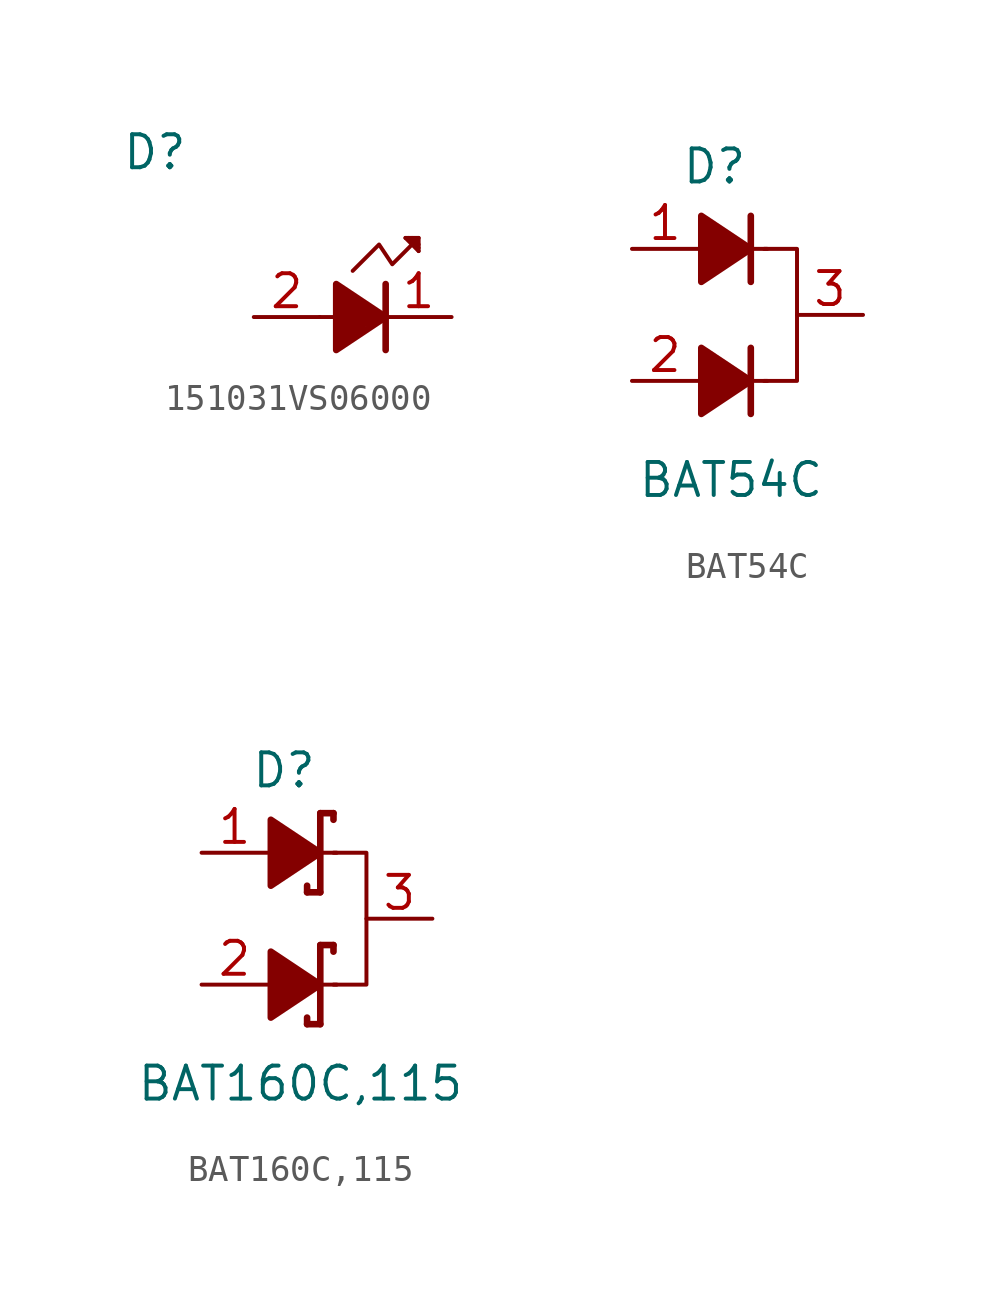
<source format=kicad_sym>
(kicad_symbol_lib
  (version 20211014)
  (generator kicad_symbol_editor)
  (symbol "151031VS06000"
    (pin_names
      (offset 1.016) hide)
    (property "Reference" "D"
      (at -6.35 6.35 0)
      (effects (font (size 1.27 1.27))))
    (symbol "151031VS06000_0_1"
      (polyline (pts (xy 0.635 0) (xy 0 0)) (stroke (width 0) (type default) (color 0 0 0 0)) (fill (type none)))
      (polyline (pts (xy 0.762 1.143) (xy 0.762 -1.016)) (stroke (width 0.254) (type default) (color 0 0 0 0)) (fill (type none)))
      (polyline (pts (xy 0.889 1.016) (xy 0.889 -0.889)) (stroke (width 0.254) (type default) (color 0 0 0 0)) (fill (type none)))
      (polyline (pts (xy 1.016 0.889) (xy 1.016 -0.762)) (stroke (width 0.254) (type default) (color 0 0 0 0)) (fill (type none)))
      (polyline (pts (xy 1.143 0.889) (xy 1.143 -0.762)) (stroke (width 0.254) (type default) (color 0 0 0 0)) (fill (type none)))
      (polyline (pts (xy 1.27 0.762) (xy 1.27 -0.635)) (stroke (width 0.254) (type default) (color 0 0 0 0)) (fill (type none)))
      (polyline (pts (xy 1.397 0.635) (xy 1.397 -0.508)) (stroke (width 0.254) (type default) (color 0 0 0 0)) (fill (type none)))
      (polyline (pts (xy 1.524 0.508) (xy 1.524 -0.508)) (stroke (width 0.254) (type default) (color 0 0 0 0)) (fill (type none)))
      (polyline (pts (xy 1.651 0.508) (xy 1.651 -0.381)) (stroke (width 0.254) (type default) (color 0 0 0 0)) (fill (type none)))
      (polyline (pts (xy 1.778 0.381) (xy 1.778 -0.254)) (stroke (width 0.254) (type default) (color 0 0 0 0)) (fill (type none)))
      (polyline (pts (xy 1.905 0.254) (xy 1.905 -0.254)) (stroke (width 0.254) (type default) (color 0 0 0 0)) (fill (type none)))
      (polyline (pts (xy 2.032 0.254) (xy 2.032 -0.127)) (stroke (width 0.254) (type default) (color 0 0 0 0)) (fill (type none)))
      (polyline (pts (xy 2.159 0) (xy 2.286 0)) (stroke (width 0.254) (type default) (color 0 0 0 0)) (fill (type none)))
      (polyline (pts (xy 2.159 0.127) (xy 2.159 -0.127)) (stroke (width 0.254) (type default) (color 0 0 0 0)) (fill (type none)))
      (polyline (pts (xy 2.54 1.27) (xy 2.54 -1.27)) (stroke (width 0.254) (type default) (color 0 0 0 0)) (fill (type none)))
      (polyline (pts (xy 3.302 3.048) (xy 3.81 2.54)) (stroke (width 0) (type default) (color 0 0 0 0)) (fill (type none)))
      (polyline (pts (xy 3.429 3.048) (xy 3.81 2.667)) (stroke (width 0) (type default) (color 0 0 0 0)) (fill (type none)))
      (polyline (pts (xy 3.556 3.048) (xy 3.81 2.794)) (stroke (width 0) (type default) (color 0 0 0 0)) (fill (type none)))
      (polyline (pts (xy 3.81 3.048) (xy 3.81 2.54)) (stroke (width 0) (type default) (color 0 0 0 0)) (fill (type none)))
      (polyline (pts (xy 2.54 0) (xy 0.635 -1.27) (xy 0.635 1.27) (xy 2.54 0)) (stroke (width 0.254) (type default) (color 0 0 0 0)) (fill (type none)))
      (polyline (pts (xy 1.27 1.778) (xy 2.286 2.794) (xy 2.794 2.032) (xy 3.81 3.048) (xy 3.302 3.048)) (stroke (width 0) (type default) (color 0 0 0 0)) (fill (type none))))
    (symbol "151031VS06000_1_1"
      (pin passive line (at 5.08 0 180) (length 2.54) (name "1" (effects (font (size 1.27 1.27)))) (number "1" (effects (font (size 1.27 1.27)))))
      (pin passive line (at -2.54 0 0) (length 2.54) (name "2" (effects (font (size 1.27 1.27)))) (number "2" (effects (font (size 1.27 1.27)))))))
  (symbol "BAT54C"
    (pin_names
      (offset 1.016) hide)
    (property "Reference" "D"
      (at 0.635 3.175 0)
      (effects (font (size 1.27 1.27))))
    (property "Value" "BAT54C"
      (at 1.27 -8.89 0)
      (effects (font (size 1.27 1.27))))
    (symbol "BAT54C_0_1"
      (polyline (pts (xy 0.254 -4.064) (xy 0.254 -6.096)) (stroke (width 0.254) (type default) (color 0 0 0 0)) (fill (type none)))
      (polyline (pts (xy 0.254 1.016) (xy 0.254 -1.016)) (stroke (width 0.254) (type default) (color 0 0 0 0)) (fill (type none)))
      (polyline (pts (xy 0.381 -4.064) (xy 0.381 -5.969)) (stroke (width 0.254) (type default) (color 0 0 0 0)) (fill (type none)))
      (polyline (pts (xy 0.381 1.016) (xy 0.381 -0.889)) (stroke (width 0.254) (type default) (color 0 0 0 0)) (fill (type none)))
      (polyline (pts (xy 0.508 -4.191) (xy 0.508 -5.969)) (stroke (width 0.254) (type default) (color 0 0 0 0)) (fill (type none)))
      (polyline (pts (xy 0.508 0.889) (xy 0.508 -0.889)) (stroke (width 0.254) (type default) (color 0 0 0 0)) (fill (type none)))
      (polyline (pts (xy 0.635 -4.318) (xy 0.635 -5.842)) (stroke (width 0.254) (type default) (color 0 0 0 0)) (fill (type none)))
      (polyline (pts (xy 0.635 0.762) (xy 0.635 -0.762)) (stroke (width 0.254) (type default) (color 0 0 0 0)) (fill (type none)))
      (polyline (pts (xy 0.762 -4.318) (xy 0.762 -5.715)) (stroke (width 0.254) (type default) (color 0 0 0 0)) (fill (type none)))
      (polyline (pts (xy 0.762 0.762) (xy 0.762 -0.635)) (stroke (width 0.254) (type default) (color 0 0 0 0)) (fill (type none)))
      (polyline (pts (xy 0.889 -4.445) (xy 0.889 -5.588)) (stroke (width 0.254) (type default) (color 0 0 0 0)) (fill (type none)))
      (polyline (pts (xy 0.889 0.635) (xy 0.889 -0.508)) (stroke (width 0.254) (type default) (color 0 0 0 0)) (fill (type none)))
      (polyline (pts (xy 1.016 -4.572) (xy 1.016 -5.588)) (stroke (width 0.254) (type default) (color 0 0 0 0)) (fill (type none)))
      (polyline (pts (xy 1.016 0.508) (xy 1.016 -0.508)) (stroke (width 0.254) (type default) (color 0 0 0 0)) (fill (type none)))
      (polyline (pts (xy 1.143 -4.572) (xy 1.143 -5.588)) (stroke (width 0.254) (type default) (color 0 0 0 0)) (fill (type none)))
      (polyline (pts (xy 1.143 0.508) (xy 1.143 -0.508)) (stroke (width 0.254) (type default) (color 0 0 0 0)) (fill (type none)))
      (polyline (pts (xy 1.27 -4.699) (xy 1.27 -5.461)) (stroke (width 0.254) (type default) (color 0 0 0 0)) (fill (type none)))
      (polyline (pts (xy 1.27 0.381) (xy 1.27 -0.381)) (stroke (width 0.254) (type default) (color 0 0 0 0)) (fill (type none)))
      (polyline (pts (xy 1.397 -4.826) (xy 1.397 -5.334)) (stroke (width 0.254) (type default) (color 0 0 0 0)) (fill (type none)))
      (polyline (pts (xy 1.397 0.254) (xy 1.397 -0.254)) (stroke (width 0.254) (type default) (color 0 0 0 0)) (fill (type none)))
      (polyline (pts (xy 1.524 -4.826) (xy 1.524 -5.207)) (stroke (width 0.254) (type default) (color 0 0 0 0)) (fill (type none)))
      (polyline (pts (xy 1.524 0.254) (xy 1.524 -0.127)) (stroke (width 0.254) (type default) (color 0 0 0 0)) (fill (type none)))
      (polyline (pts (xy 1.651 -5.08) (xy 1.905 -5.08)) (stroke (width 0.254) (type default) (color 0 0 0 0)) (fill (type none)))
      (polyline (pts (xy 1.651 -4.953) (xy 1.651 -5.207)) (stroke (width 0.254) (type default) (color 0 0 0 0)) (fill (type none)))
      (polyline (pts (xy 1.651 0) (xy 1.905 0)) (stroke (width 0.254) (type default) (color 0 0 0 0)) (fill (type none)))
      (polyline (pts (xy 1.651 0.127) (xy 1.651 -0.127)) (stroke (width 0.254) (type default) (color 0 0 0 0)) (fill (type none)))
      (polyline (pts (xy 2.032 -6.35) (xy 2.032 -3.81)) (stroke (width 0.254) (type default) (color 0 0 0 0)) (fill (type none)))
      (polyline (pts (xy 2.032 -5.08) (xy 2.667 -5.08)) (stroke (width 0) (type default) (color 0 0 0 0)) (fill (type none)))
      (polyline (pts (xy 2.032 -1.27) (xy 2.032 1.27)) (stroke (width 0.254) (type default) (color 0 0 0 0)) (fill (type none)))
      (polyline (pts (xy 2.032 0) (xy 2.667 0)) (stroke (width 0) (type default) (color 0 0 0 0)) (fill (type none)))
      (polyline (pts (xy 2.032 -5.08) (xy 0.127 -6.35) (xy 0.127 -3.81) (xy 2.032 -5.08)) (stroke (width 0.254) (type default) (color 0 0 0 0)) (fill (type none)))
      (polyline (pts (xy 2.032 0) (xy 0.127 -1.27) (xy 0.127 1.27) (xy 2.032 0)) (stroke (width 0.254) (type default) (color 0 0 0 0)) (fill (type none)))
      (polyline (pts (xy 2.54 -5.08) (xy 3.81 -5.08) (xy 3.81 0) (xy 2.54 0)) (stroke (width 0) (type default) (color 0 0 0 0)) (fill (type none))))
    (symbol "BAT54C_1_1"
      (pin passive line (at -2.54 0 0) (length 2.54) (name "1" (effects (font (size 1.27 1.27)))) (number "1" (effects (font (size 1.27 1.27)))))
      (pin passive line (at -2.54 -5.08 0) (length 2.54) (name "2" (effects (font (size 1.27 1.27)))) (number "2" (effects (font (size 1.27 1.27)))))
      (pin passive line (at 6.35 -2.54 180) (length 2.54) (name "3" (effects (font (size 1.27 1.27)))) (number "3" (effects (font (size 1.27 1.27)))))))
  (symbol "BAT160C,115"
    (pin_names
      (offset 1.016) hide)
    (property "Reference" "D"
      (at 0.635 3.175 0)
      (effects (font (size 1.27 1.27))))
    (property "Value" "BAT160C,115"
      (at 1.27 -8.89 0)
      (effects (font (size 1.27 1.27))))
    (symbol "BAT160C,115_0_1"
      (polyline (pts (xy 0.254 -4.064) (xy 0.254 -6.096)) (stroke (width 0.254) (type default) (color 0 0 0 0)) (fill (type none)))
      (polyline (pts (xy 0.254 1.016) (xy 0.254 -1.016)) (stroke (width 0.254) (type default) (color 0 0 0 0)) (fill (type none)))
      (polyline (pts (xy 0.381 -4.064) (xy 0.381 -5.969)) (stroke (width 0.254) (type default) (color 0 0 0 0)) (fill (type none)))
      (polyline (pts (xy 0.381 1.016) (xy 0.381 -0.889)) (stroke (width 0.254) (type default) (color 0 0 0 0)) (fill (type none)))
      (polyline (pts (xy 0.508 -4.191) (xy 0.508 -5.969)) (stroke (width 0.254) (type default) (color 0 0 0 0)) (fill (type none)))
      (polyline (pts (xy 0.508 0.889) (xy 0.508 -0.889)) (stroke (width 0.254) (type default) (color 0 0 0 0)) (fill (type none)))
      (polyline (pts (xy 0.635 -4.318) (xy 0.635 -5.842)) (stroke (width 0.254) (type default) (color 0 0 0 0)) (fill (type none)))
      (polyline (pts (xy 0.635 0.762) (xy 0.635 -0.762)) (stroke (width 0.254) (type default) (color 0 0 0 0)) (fill (type none)))
      (polyline (pts (xy 0.762 -4.318) (xy 0.762 -5.715)) (stroke (width 0.254) (type default) (color 0 0 0 0)) (fill (type none)))
      (polyline (pts (xy 0.762 0.762) (xy 0.762 -0.635)) (stroke (width 0.254) (type default) (color 0 0 0 0)) (fill (type none)))
      (polyline (pts (xy 0.889 -4.445) (xy 0.889 -5.588)) (stroke (width 0.254) (type default) (color 0 0 0 0)) (fill (type none)))
      (polyline (pts (xy 0.889 0.635) (xy 0.889 -0.508)) (stroke (width 0.254) (type default) (color 0 0 0 0)) (fill (type none)))
      (polyline (pts (xy 1.016 -4.572) (xy 1.016 -5.588)) (stroke (width 0.254) (type default) (color 0 0 0 0)) (fill (type none)))
      (polyline (pts (xy 1.016 0.508) (xy 1.016 -0.508)) (stroke (width 0.254) (type default) (color 0 0 0 0)) (fill (type none)))
      (polyline (pts (xy 1.143 -4.572) (xy 1.143 -5.588)) (stroke (width 0.254) (type default) (color 0 0 0 0)) (fill (type none)))
      (polyline (pts (xy 1.143 0.508) (xy 1.143 -0.508)) (stroke (width 0.254) (type default) (color 0 0 0 0)) (fill (type none)))
      (polyline (pts (xy 1.27 -4.699) (xy 1.27 -5.461)) (stroke (width 0.254) (type default) (color 0 0 0 0)) (fill (type none)))
      (polyline (pts (xy 1.27 0.381) (xy 1.27 -0.381)) (stroke (width 0.254) (type default) (color 0 0 0 0)) (fill (type none)))
      (polyline (pts (xy 1.397 -4.826) (xy 1.397 -5.334)) (stroke (width 0.254) (type default) (color 0 0 0 0)) (fill (type none)))
      (polyline (pts (xy 1.397 0.254) (xy 1.397 -0.254)) (stroke (width 0.254) (type default) (color 0 0 0 0)) (fill (type none)))
      (polyline (pts (xy 1.524 -6.604) (xy 1.524 -6.35)) (stroke (width 0.254) (type default) (color 0 0 0 0)) (fill (type none)))
      (polyline (pts (xy 1.524 -4.826) (xy 1.524 -5.207)) (stroke (width 0.254) (type default) (color 0 0 0 0)) (fill (type none)))
      (polyline (pts (xy 1.524 -1.524) (xy 1.524 -1.27)) (stroke (width 0.254) (type default) (color 0 0 0 0)) (fill (type none)))
      (polyline (pts (xy 1.524 0.254) (xy 1.524 -0.127)) (stroke (width 0.254) (type default) (color 0 0 0 0)) (fill (type none)))
      (polyline (pts (xy 1.651 -5.08) (xy 1.905 -5.08)) (stroke (width 0.254) (type default) (color 0 0 0 0)) (fill (type none)))
      (polyline (pts (xy 1.651 -4.953) (xy 1.651 -5.207)) (stroke (width 0.254) (type default) (color 0 0 0 0)) (fill (type none)))
      (polyline (pts (xy 1.651 0) (xy 1.905 0)) (stroke (width 0.254) (type default) (color 0 0 0 0)) (fill (type none)))
      (polyline (pts (xy 1.651 0.127) (xy 1.651 -0.127)) (stroke (width 0.254) (type default) (color 0 0 0 0)) (fill (type none)))
      (polyline (pts (xy 2.032 -6.604) (xy 1.524 -6.604)) (stroke (width 0.254) (type default) (color 0 0 0 0)) (fill (type none)))
      (polyline (pts (xy 2.032 -6.604) (xy 2.032 -3.556)) (stroke (width 0.254) (type default) (color 0 0 0 0)) (fill (type none)))
      (polyline (pts (xy 2.032 -5.08) (xy 2.667 -5.08)) (stroke (width 0) (type default) (color 0 0 0 0)) (fill (type none)))
      (polyline (pts (xy 2.032 -3.556) (xy 2.54 -3.556)) (stroke (width 0.254) (type default) (color 0 0 0 0)) (fill (type none)))
      (polyline (pts (xy 2.032 -1.524) (xy 1.524 -1.524)) (stroke (width 0.254) (type default) (color 0 0 0 0)) (fill (type none)))
      (polyline (pts (xy 2.032 -1.524) (xy 2.032 1.524)) (stroke (width 0.254) (type default) (color 0 0 0 0)) (fill (type none)))
      (polyline (pts (xy 2.032 0) (xy 2.667 0)) (stroke (width 0) (type default) (color 0 0 0 0)) (fill (type none)))
      (polyline (pts (xy 2.032 1.524) (xy 2.54 1.524)) (stroke (width 0.254) (type default) (color 0 0 0 0)) (fill (type none)))
      (polyline (pts (xy 2.54 -3.556) (xy 2.54 -3.81)) (stroke (width 0.254) (type default) (color 0 0 0 0)) (fill (type none)))
      (polyline (pts (xy 2.54 1.524) (xy 2.54 1.27)) (stroke (width 0.254) (type default) (color 0 0 0 0)) (fill (type none)))
      (polyline (pts (xy 2.032 -5.08) (xy 0.127 -6.35) (xy 0.127 -3.81) (xy 2.032 -5.08)) (stroke (width 0.254) (type default) (color 0 0 0 0)) (fill (type none)))
      (polyline (pts (xy 2.032 0) (xy 0.127 -1.27) (xy 0.127 1.27) (xy 2.032 0)) (stroke (width 0.254) (type default) (color 0 0 0 0)) (fill (type none)))
      (polyline (pts (xy 2.54 -5.08) (xy 3.81 -5.08) (xy 3.81 0) (xy 2.54 0)) (stroke (width 0) (type default) (color 0 0 0 0)) (fill (type none))))
    (symbol "BAT160C,115_1_1"
      (pin passive line (at -2.54 0 0) (length 2.54) (name "1" (effects (font (size 1.27 1.27)))) (number "1" (effects (font (size 1.27 1.27)))))
      (pin passive line (at -2.54 -5.08 0) (length 2.54) (name "2" (effects (font (size 1.27 1.27)))) (number "2" (effects (font (size 1.27 1.27)))))
      (pin passive line (at 6.35 -2.54 180) (length 2.54) (name "3" (effects (font (size 1.27 1.27)))) (number "3" (effects (font (size 1.27 1.27))))))))
</source>
